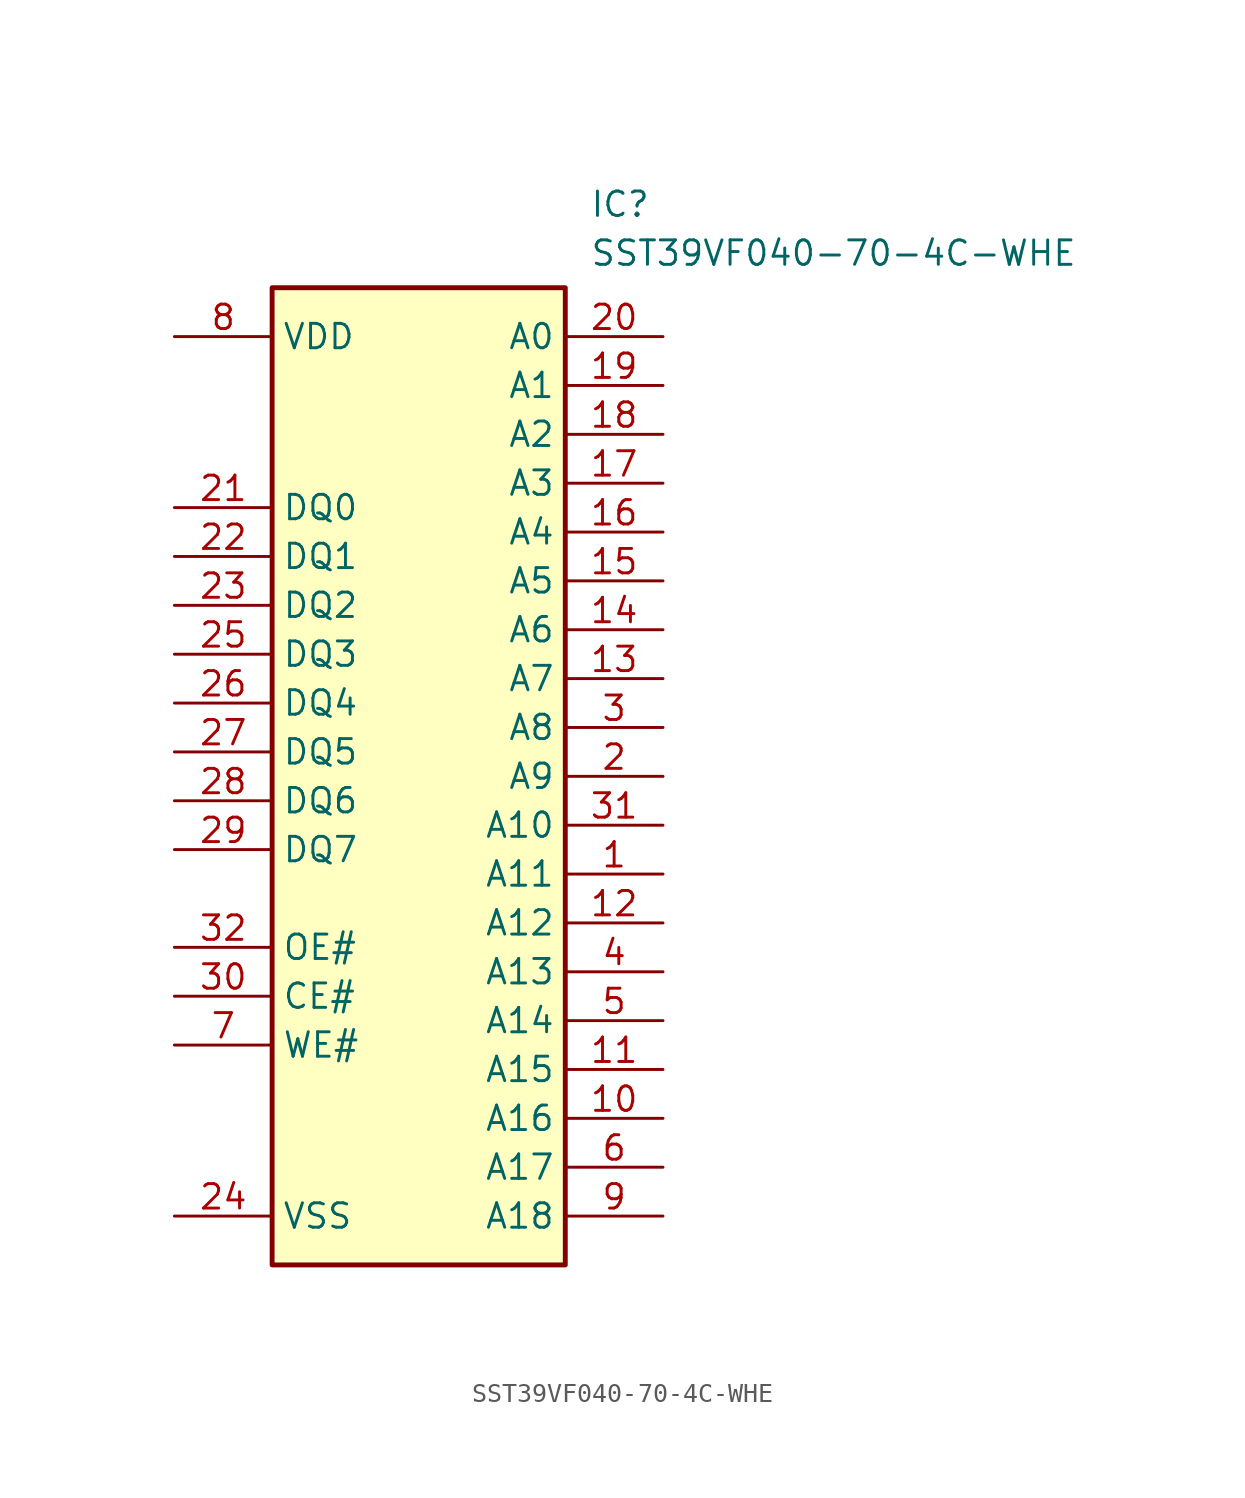
<source format=kicad_sym>
(kicad_symbol_lib
  (version 20220914)
  (generator kicad_symbol_editor)
  (symbol "SST39VF040-70-4C-WHE"
    (property "Reference" "IC"
      (at 21.59 7.62 0)
      (effects (font (size 1.27 1.27)) (justify left top)))
    (property "Value" "SST39VF040-70-4C-WHE"
      (at 21.59 5.08 0)
      (effects (font (size 1.27 1.27)) (justify left top)))
    (symbol "SST39VF040-70-4C-WHE_1_1"
      (rectangle (start 5.08 2.54) (end 20.32 -48.26) (stroke (width 0.254) (type default)) (fill (type background)))
      (pin input line (at 25.4 -27.94 180) (length 5.08) (name "A11" (effects (font (size 1.27 1.27)))) (number "1" (effects (font (size 1.27 1.27)))))
      (pin input line (at 25.4 -40.64 180) (length 5.08) (name "A16" (effects (font (size 1.27 1.27)))) (number "10" (effects (font (size 1.27 1.27)))))
      (pin input line (at 25.4 -38.1 180) (length 5.08) (name "A15" (effects (font (size 1.27 1.27)))) (number "11" (effects (font (size 1.27 1.27)))))
      (pin input line (at 25.4 -30.48 180) (length 5.08) (name "A12" (effects (font (size 1.27 1.27)))) (number "12" (effects (font (size 1.27 1.27)))))
      (pin input line (at 25.4 -17.78 180) (length 5.08) (name "A7" (effects (font (size 1.27 1.27)))) (number "13" (effects (font (size 1.27 1.27)))))
      (pin input line (at 25.4 -15.24 180) (length 5.08) (name "A6" (effects (font (size 1.27 1.27)))) (number "14" (effects (font (size 1.27 1.27)))))
      (pin input line (at 25.4 -12.7 180) (length 5.08) (name "A5" (effects (font (size 1.27 1.27)))) (number "15" (effects (font (size 1.27 1.27)))))
      (pin input line (at 25.4 -10.16 180) (length 5.08) (name "A4" (effects (font (size 1.27 1.27)))) (number "16" (effects (font (size 1.27 1.27)))))
      (pin input line (at 25.4 -7.62 180) (length 5.08) (name "A3" (effects (font (size 1.27 1.27)))) (number "17" (effects (font (size 1.27 1.27)))))
      (pin input line (at 25.4 -5.08 180) (length 5.08) (name "A2" (effects (font (size 1.27 1.27)))) (number "18" (effects (font (size 1.27 1.27)))))
      (pin input line (at 25.4 -2.54 180) (length 5.08) (name "A1" (effects (font (size 1.27 1.27)))) (number "19" (effects (font (size 1.27 1.27)))))
      (pin input line (at 25.4 -22.86 180) (length 5.08) (name "A9" (effects (font (size 1.27 1.27)))) (number "2" (effects (font (size 1.27 1.27)))))
      (pin input line (at 25.4 0 180) (length 5.08) (name "A0" (effects (font (size 1.27 1.27)))) (number "20" (effects (font (size 1.27 1.27)))))
      (pin bidirectional line (at 0 -8.89 0) (length 5.08) (name "DQ0" (effects (font (size 1.27 1.27)))) (number "21" (effects (font (size 1.27 1.27)))))
      (pin bidirectional line (at 0 -11.43 0) (length 5.08) (name "DQ1" (effects (font (size 1.27 1.27)))) (number "22" (effects (font (size 1.27 1.27)))))
      (pin bidirectional line (at 0 -13.97 0) (length 5.08) (name "DQ2" (effects (font (size 1.27 1.27)))) (number "23" (effects (font (size 1.27 1.27)))))
      (pin power_in line (at 0 -45.72 0) (length 5.08) (name "VSS" (effects (font (size 1.27 1.27)))) (number "24" (effects (font (size 1.27 1.27)))))
      (pin bidirectional line (at 0 -16.51 0) (length 5.08) (name "DQ3" (effects (font (size 1.27 1.27)))) (number "25" (effects (font (size 1.27 1.27)))))
      (pin bidirectional line (at 0 -19.05 0) (length 5.08) (name "DQ4" (effects (font (size 1.27 1.27)))) (number "26" (effects (font (size 1.27 1.27)))))
      (pin bidirectional line (at 0 -21.59 0) (length 5.08) (name "DQ5" (effects (font (size 1.27 1.27)))) (number "27" (effects (font (size 1.27 1.27)))))
      (pin bidirectional line (at 0 -24.13 0) (length 5.08) (name "DQ6" (effects (font (size 1.27 1.27)))) (number "28" (effects (font (size 1.27 1.27)))))
      (pin bidirectional line (at 0 -26.67 0) (length 5.08) (name "DQ7" (effects (font (size 1.27 1.27)))) (number "29" (effects (font (size 1.27 1.27)))))
      (pin input line (at 25.4 -20.32 180) (length 5.08) (name "A8" (effects (font (size 1.27 1.27)))) (number "3" (effects (font (size 1.27 1.27)))))
      (pin input line (at 0 -34.29 0) (length 5.08) (name "CE#" (effects (font (size 1.27 1.27)))) (number "30" (effects (font (size 1.27 1.27)))))
      (pin input line (at 25.4 -25.4 180) (length 5.08) (name "A10" (effects (font (size 1.27 1.27)))) (number "31" (effects (font (size 1.27 1.27)))))
      (pin input line (at 0 -31.75 0) (length 5.08) (name "OE#" (effects (font (size 1.27 1.27)))) (number "32" (effects (font (size 1.27 1.27)))))
      (pin input line (at 25.4 -33.02 180) (length 5.08) (name "A13" (effects (font (size 1.27 1.27)))) (number "4" (effects (font (size 1.27 1.27)))))
      (pin input line (at 25.4 -35.56 180) (length 5.08) (name "A14" (effects (font (size 1.27 1.27)))) (number "5" (effects (font (size 1.27 1.27)))))
      (pin input line (at 25.4 -43.18 180) (length 5.08) (name "A17" (effects (font (size 1.27 1.27)))) (number "6" (effects (font (size 1.27 1.27)))))
      (pin input line (at 0 -36.83 0) (length 5.08) (name "WE#" (effects (font (size 1.27 1.27)))) (number "7" (effects (font (size 1.27 1.27)))))
      (pin power_in line (at 0 0 0) (length 5.08) (name "VDD" (effects (font (size 1.27 1.27)))) (number "8" (effects (font (size 1.27 1.27)))))
      (pin input line (at 25.4 -45.72 180) (length 5.08) (name "A18" (effects (font (size 1.27 1.27)))) (number "9" (effects (font (size 1.27 1.27))))))))
</source>
